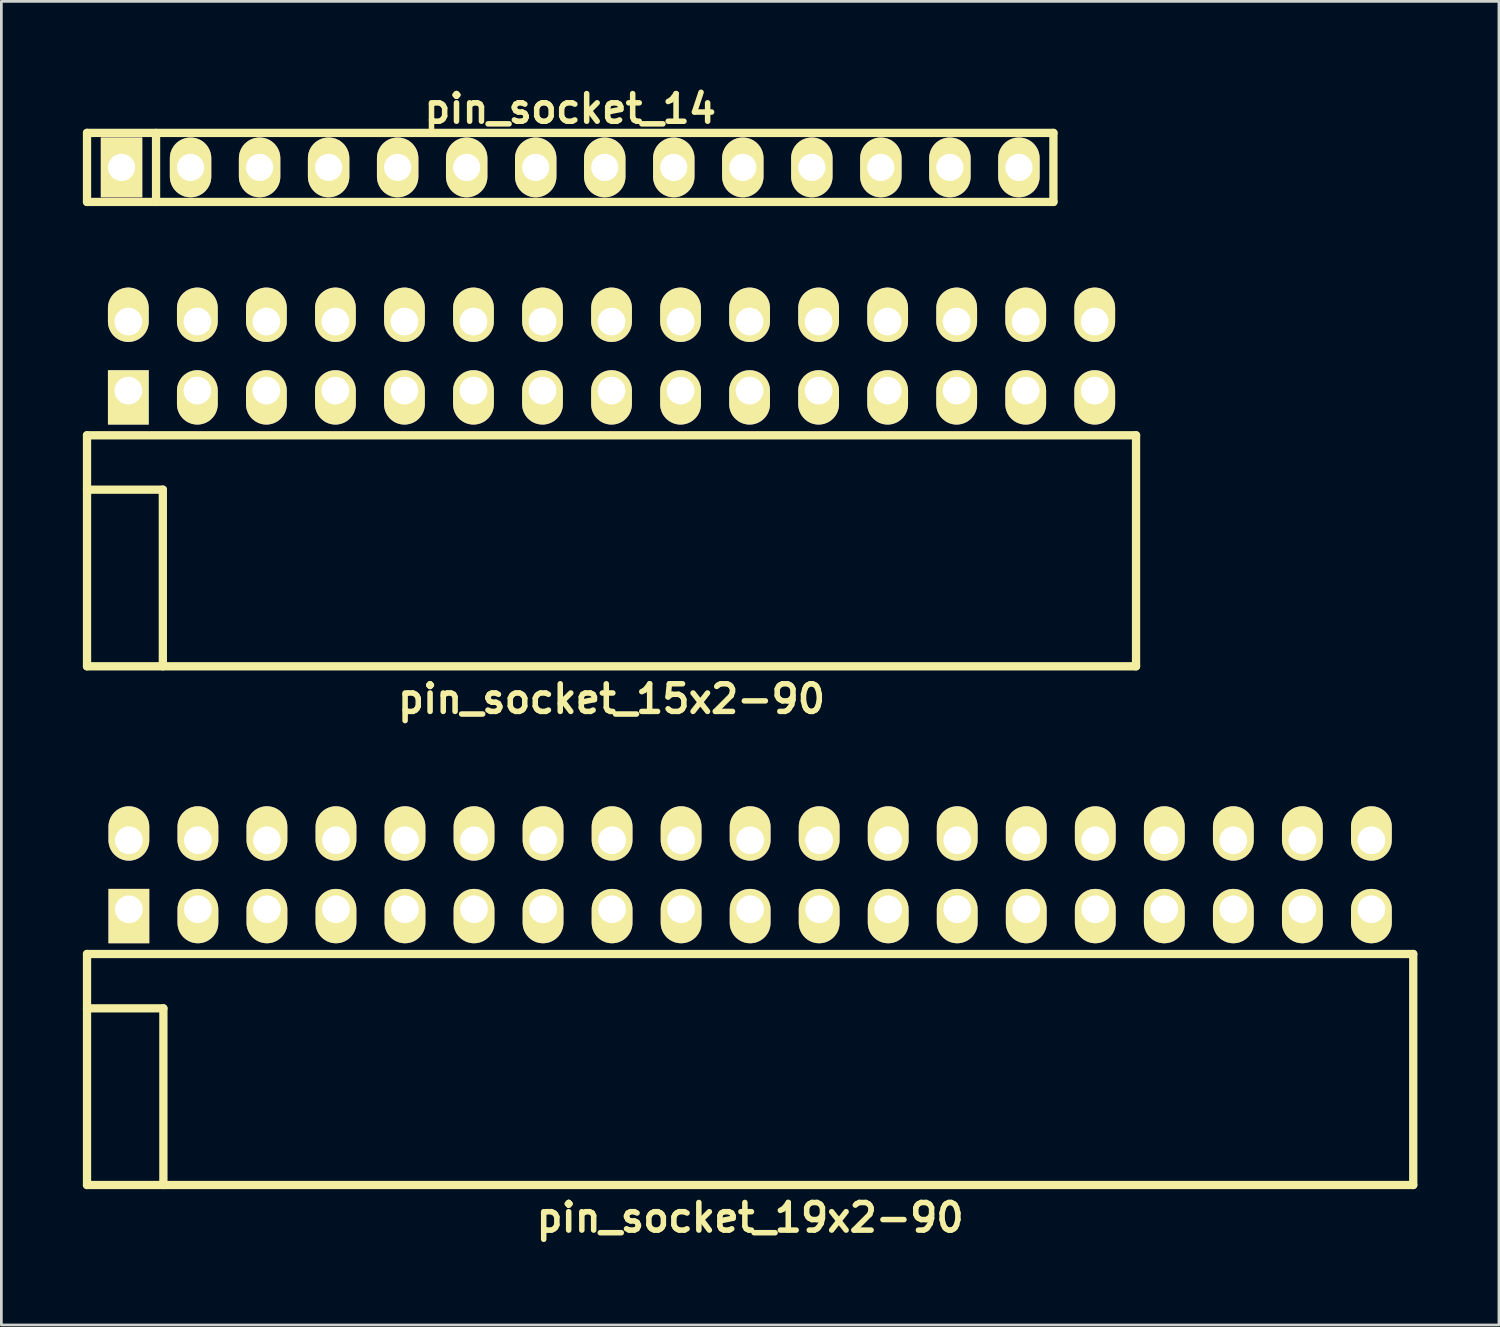
<source format=kicad_pcb>
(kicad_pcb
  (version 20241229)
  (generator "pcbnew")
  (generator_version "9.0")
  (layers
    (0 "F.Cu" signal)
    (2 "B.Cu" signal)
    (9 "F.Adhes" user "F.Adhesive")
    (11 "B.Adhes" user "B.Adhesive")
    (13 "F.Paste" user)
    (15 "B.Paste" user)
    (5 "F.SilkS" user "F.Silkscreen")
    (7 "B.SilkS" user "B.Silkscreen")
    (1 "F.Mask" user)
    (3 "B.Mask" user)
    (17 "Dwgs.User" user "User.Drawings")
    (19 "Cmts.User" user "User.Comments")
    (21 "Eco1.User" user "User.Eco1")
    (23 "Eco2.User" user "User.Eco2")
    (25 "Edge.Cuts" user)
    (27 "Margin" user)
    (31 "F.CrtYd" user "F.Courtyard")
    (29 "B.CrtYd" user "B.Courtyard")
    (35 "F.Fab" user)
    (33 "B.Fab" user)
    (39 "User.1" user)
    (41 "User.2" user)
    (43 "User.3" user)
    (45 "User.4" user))
  (footprint "pin_socket_19x2-90"
    (layer "F.Cu")
    (at 24.552 34.053)
    (property "Reference" "pin_socket_19x2-90" (at 0 7.7 0) (layer "F.SilkS") (effects (font (size 1.016 1.016) (thickness 0.203))))
    (attr through_hole)
    (fp_line (start -24.4 -2) (end -24.4 6.5) (stroke (width 0.305) (type solid)) (layer "F.SilkS"))
    (fp_line (start -24.4 -2) (end 24.4 -2) (stroke (width 0.305) (type solid)) (layer "F.SilkS"))
    (fp_line (start -24.4 0) (end -21.59 0) (stroke (width 0.305) (type solid)) (layer "F.SilkS"))
    (fp_line (start -24.4 6.5) (end 24.4 6.5) (stroke (width 0.305) (type solid)) (layer "F.SilkS"))
    (fp_line (start -21.59 0) (end -21.59 6.5) (stroke (width 0.305) (type solid)) (layer "F.SilkS"))
    (fp_line (start 24.4 -2) (end 24.4 6.5) (stroke (width 0.305) (type solid)) (layer "F.SilkS"))
    (pad "1" thru_hole rect (at -22.86 -3.645) (size 1.5 2) (drill 1.02 (offset 0 0.25)) (layers "*.Cu" "*.Mask" "F.SilkS"))
    (pad "2" thru_hole oval (at -22.86 -6.185) (size 1.5 2) (drill 1.02 (offset 0 -0.25)) (layers "*.Cu" "*.Mask" "F.SilkS"))
    (pad "3" thru_hole oval (at -20.32 -3.645) (size 1.5 2) (drill 1.02 (offset 0 0.25)) (layers "*.Cu" "*.Mask" "F.SilkS"))
    (pad "4" thru_hole oval (at -20.32 -6.185) (size 1.5 2) (drill 1.02 (offset 0 -0.25)) (layers "*.Cu" "*.Mask" "F.SilkS"))
    (pad "5" thru_hole oval (at -17.78 -3.645) (size 1.5 2) (drill 1.02 (offset 0 0.25)) (layers "*.Cu" "*.Mask" "F.SilkS"))
    (pad "6" thru_hole oval (at -17.78 -6.185) (size 1.5 2) (drill 1.02 (offset 0 -0.25)) (layers "*.Cu" "*.Mask" "F.SilkS"))
    (pad "7" thru_hole oval (at -15.24 -3.645) (size 1.5 2) (drill 1.02 (offset 0 0.25)) (layers "*.Cu" "*.Mask" "F.SilkS"))
    (pad "8" thru_hole oval (at -15.24 -6.185) (size 1.5 2) (drill 1.02 (offset 0 -0.25)) (layers "*.Cu" "*.Mask" "F.SilkS"))
    (pad "9" thru_hole oval (at -12.7 -3.645) (size 1.5 2) (drill 1.02 (offset 0 0.25)) (layers "*.Cu" "*.Mask" "F.SilkS"))
    (pad "10" thru_hole oval (at -12.7 -6.185) (size 1.5 2) (drill 1.02 (offset 0 -0.25)) (layers "*.Cu" "*.Mask" "F.SilkS"))
    (pad "11" thru_hole oval (at -10.16 -3.645) (size 1.5 2) (drill 1.02 (offset 0 0.25)) (layers "*.Cu" "*.Mask" "F.SilkS"))
    (pad "12" thru_hole oval (at -10.16 -6.185) (size 1.5 2) (drill 1.02 (offset 0 -0.25)) (layers "*.Cu" "*.Mask" "F.SilkS"))
    (pad "13" thru_hole oval (at -7.62 -3.645) (size 1.5 2) (drill 1.02 (offset 0 0.25)) (layers "*.Cu" "*.Mask" "F.SilkS"))
    (pad "14" thru_hole oval (at -7.62 -6.185) (size 1.5 2) (drill 1.02 (offset 0 -0.25)) (layers "*.Cu" "*.Mask" "F.SilkS"))
    (pad "15" thru_hole oval (at -5.08 -3.645) (size 1.5 2) (drill 1.02 (offset 0 0.25)) (layers "*.Cu" "*.Mask" "F.SilkS"))
    (pad "16" thru_hole oval (at -5.08 -6.185) (size 1.5 2) (drill 1.02 (offset 0 -0.25)) (layers "*.Cu" "*.Mask" "F.SilkS"))
    (pad "17" thru_hole oval (at -2.54 -3.645) (size 1.5 2) (drill 1.02 (offset 0 0.25)) (layers "*.Cu" "*.Mask" "F.SilkS"))
    (pad "18" thru_hole oval (at -2.54 -6.185) (size 1.5 2) (drill 1.02 (offset 0 -0.25)) (layers "*.Cu" "*.Mask" "F.SilkS"))
    (pad "19" thru_hole oval (at 0 -3.645) (size 1.5 2) (drill 1.02 (offset 0 0.25)) (layers "*.Cu" "*.Mask" "F.SilkS"))
    (pad "20" thru_hole oval (at 0 -6.185) (size 1.5 2) (drill 1.02 (offset 0 -0.25)) (layers "*.Cu" "*.Mask" "F.SilkS"))
    (pad "21" thru_hole oval (at 2.54 -3.645) (size 1.5 2) (drill 1.02 (offset 0 0.25)) (layers "*.Cu" "*.Mask" "F.SilkS"))
    (pad "22" thru_hole oval (at 2.54 -6.185) (size 1.5 2) (drill 1.02 (offset 0 -0.25)) (layers "*.Cu" "*.Mask" "F.SilkS"))
    (pad "23" thru_hole oval (at 5.08 -3.645) (size 1.5 2) (drill 1.02 (offset 0 0.25)) (layers "*.Cu" "*.Mask" "F.SilkS"))
    (pad "24" thru_hole oval (at 5.08 -6.185) (size 1.5 2) (drill 1.02 (offset 0 -0.25)) (layers "*.Cu" "*.Mask" "F.SilkS"))
    (pad "25" thru_hole oval (at 7.62 -3.645) (size 1.5 2) (drill 1.02 (offset 0 0.25)) (layers "*.Cu" "*.Mask" "F.SilkS"))
    (pad "26" thru_hole oval (at 7.62 -6.185) (size 1.5 2) (drill 1.02 (offset 0 -0.25)) (layers "*.Cu" "*.Mask" "F.SilkS"))
    (pad "27" thru_hole oval (at 10.16 -3.645) (size 1.5 2) (drill 1.02 (offset 0 0.25)) (layers "*.Cu" "*.Mask" "F.SilkS"))
    (pad "28" thru_hole oval (at 10.16 -6.185) (size 1.5 2) (drill 1.02 (offset 0 -0.25)) (layers "*.Cu" "*.Mask" "F.SilkS"))
    (pad "29" thru_hole oval (at 12.7 -3.645) (size 1.5 2) (drill 1.02 (offset 0 0.25)) (layers "*.Cu" "*.Mask" "F.SilkS"))
    (pad "30" thru_hole oval (at 12.7 -6.185) (size 1.5 2) (drill 1.02 (offset 0 -0.25)) (layers "*.Cu" "*.Mask" "F.SilkS"))
    (pad "31" thru_hole oval (at 15.24 -3.645) (size 1.5 2) (drill 1.02 (offset 0 0.25)) (layers "*.Cu" "*.Mask" "F.SilkS"))
    (pad "32" thru_hole oval (at 15.24 -6.185) (size 1.5 2) (drill 1.02 (offset 0 -0.25)) (layers "*.Cu" "*.Mask" "F.SilkS"))
    (pad "33" thru_hole oval (at 17.78 -3.645) (size 1.5 2) (drill 1.02 (offset 0 0.25)) (layers "*.Cu" "*.Mask" "F.SilkS"))
    (pad "34" thru_hole oval (at 17.78 -6.185) (size 1.5 2) (drill 1.02 (offset 0 -0.25)) (layers "*.Cu" "*.Mask" "F.SilkS"))
    (pad "35" thru_hole oval (at 20.32 -3.645) (size 1.5 2) (drill 1.02 (offset 0 0.25)) (layers "*.Cu" "*.Mask" "F.SilkS"))
    (pad "36" thru_hole oval (at 20.32 -6.185) (size 1.5 2) (drill 1.02 (offset 0 -0.25)) (layers "*.Cu" "*.Mask" "F.SilkS"))
    (pad "37" thru_hole oval (at 22.86 -3.645) (size 1.5 2) (drill 1.02 (offset 0 0.25)) (layers "*.Cu" "*.Mask" "F.SilkS"))
    (pad "38" thru_hole oval (at 22.86 -6.185) (size 1.5 2) (drill 1.02 (offset 0 -0.25)) (layers "*.Cu" "*.Mask" "F.SilkS")))
  (footprint "pin_socket_15x2-90"
    (layer "F.Cu")
    (at 19.452 14.967)
    (property "Reference" "pin_socket_15x2-90" (at 0 7.7 0) (layer "F.SilkS") (effects (font (size 1.016 1.016) (thickness 0.203))))
    (attr through_hole)
    (fp_line (start -19.3 -2) (end -19.3 6.5) (stroke (width 0.305) (type solid)) (layer "F.SilkS"))
    (fp_line (start -19.3 -2) (end 19.3 -2) (stroke (width 0.305) (type solid)) (layer "F.SilkS"))
    (fp_line (start -19.3 0) (end -16.51 0) (stroke (width 0.305) (type solid)) (layer "F.SilkS"))
    (fp_line (start -19.3 6.5) (end 19.3 6.5) (stroke (width 0.305) (type solid)) (layer "F.SilkS"))
    (fp_line (start -16.51 0) (end -16.51 6.5) (stroke (width 0.305) (type solid)) (layer "F.SilkS"))
    (fp_line (start 19.3 -2) (end 19.3 6.5) (stroke (width 0.305) (type solid)) (layer "F.SilkS"))
    (pad "1" thru_hole rect (at -17.78 -3.645) (size 1.5 2) (drill 1.02 (offset 0 0.25)) (layers "*.Cu" "*.Mask" "F.SilkS"))
    (pad "2" thru_hole oval (at -17.78 -6.185) (size 1.5 2) (drill 1.02 (offset 0 -0.25)) (layers "*.Cu" "*.Mask" "F.SilkS"))
    (pad "3" thru_hole oval (at -15.24 -3.645) (size 1.5 2) (drill 1.02 (offset 0 0.25)) (layers "*.Cu" "*.Mask" "F.SilkS"))
    (pad "4" thru_hole oval (at -15.24 -6.185) (size 1.5 2) (drill 1.02 (offset 0 -0.25)) (layers "*.Cu" "*.Mask" "F.SilkS"))
    (pad "5" thru_hole oval (at -12.7 -3.645) (size 1.5 2) (drill 1.02 (offset 0 0.25)) (layers "*.Cu" "*.Mask" "F.SilkS"))
    (pad "6" thru_hole oval (at -12.7 -6.185) (size 1.5 2) (drill 1.02 (offset 0 -0.25)) (layers "*.Cu" "*.Mask" "F.SilkS"))
    (pad "7" thru_hole oval (at -10.16 -3.645) (size 1.5 2) (drill 1.02 (offset 0 0.25)) (layers "*.Cu" "*.Mask" "F.SilkS"))
    (pad "8" thru_hole oval (at -10.16 -6.185) (size 1.5 2) (drill 1.02 (offset 0 -0.25)) (layers "*.Cu" "*.Mask" "F.SilkS"))
    (pad "9" thru_hole oval (at -7.62 -3.645) (size 1.5 2) (drill 1.02 (offset 0 0.25)) (layers "*.Cu" "*.Mask" "F.SilkS"))
    (pad "10" thru_hole oval (at -7.62 -6.185) (size 1.5 2) (drill 1.02 (offset 0 -0.25)) (layers "*.Cu" "*.Mask" "F.SilkS"))
    (pad "11" thru_hole oval (at -5.08 -3.645) (size 1.5 2) (drill 1.02 (offset 0 0.25)) (layers "*.Cu" "*.Mask" "F.SilkS"))
    (pad "12" thru_hole oval (at -5.08 -6.185) (size 1.5 2) (drill 1.02 (offset 0 -0.25)) (layers "*.Cu" "*.Mask" "F.SilkS"))
    (pad "13" thru_hole oval (at -2.54 -3.645) (size 1.5 2) (drill 1.02 (offset 0 0.25)) (layers "*.Cu" "*.Mask" "F.SilkS"))
    (pad "14" thru_hole oval (at -2.54 -6.185) (size 1.5 2) (drill 1.02 (offset 0 -0.25)) (layers "*.Cu" "*.Mask" "F.SilkS"))
    (pad "15" thru_hole oval (at 0 -3.645) (size 1.5 2) (drill 1.02 (offset 0 0.25)) (layers "*.Cu" "*.Mask" "F.SilkS"))
    (pad "16" thru_hole oval (at 0 -6.185) (size 1.5 2) (drill 1.02 (offset 0 -0.25)) (layers "*.Cu" "*.Mask" "F.SilkS"))
    (pad "17" thru_hole oval (at 2.54 -3.645) (size 1.5 2) (drill 1.02 (offset 0 0.25)) (layers "*.Cu" "*.Mask" "F.SilkS"))
    (pad "18" thru_hole oval (at 2.54 -6.185) (size 1.5 2) (drill 1.02 (offset 0 -0.25)) (layers "*.Cu" "*.Mask" "F.SilkS"))
    (pad "19" thru_hole oval (at 5.08 -3.645) (size 1.5 2) (drill 1.02 (offset 0 0.25)) (layers "*.Cu" "*.Mask" "F.SilkS"))
    (pad "20" thru_hole oval (at 5.08 -6.185) (size 1.5 2) (drill 1.02 (offset 0 -0.25)) (layers "*.Cu" "*.Mask" "F.SilkS"))
    (pad "21" thru_hole oval (at 7.62 -3.645) (size 1.5 2) (drill 1.02 (offset 0 0.25)) (layers "*.Cu" "*.Mask" "F.SilkS"))
    (pad "22" thru_hole oval (at 7.62 -6.185) (size 1.5 2) (drill 1.02 (offset 0 -0.25)) (layers "*.Cu" "*.Mask" "F.SilkS"))
    (pad "23" thru_hole oval (at 10.16 -3.645) (size 1.5 2) (drill 1.02 (offset 0 0.25)) (layers "*.Cu" "*.Mask" "F.SilkS"))
    (pad "24" thru_hole oval (at 10.16 -6.185) (size 1.5 2) (drill 1.02 (offset 0 -0.25)) (layers "*.Cu" "*.Mask" "F.SilkS"))
    (pad "25" thru_hole oval (at 12.7 -3.645) (size 1.5 2) (drill 1.02 (offset 0 0.25)) (layers "*.Cu" "*.Mask" "F.SilkS"))
    (pad "26" thru_hole oval (at 12.7 -6.185) (size 1.5 2) (drill 1.02 (offset 0 -0.25)) (layers "*.Cu" "*.Mask" "F.SilkS"))
    (pad "27" thru_hole oval (at 15.24 -3.645) (size 1.5 2) (drill 1.02 (offset 0 0.25)) (layers "*.Cu" "*.Mask" "F.SilkS"))
    (pad "28" thru_hole oval (at 15.24 -6.185) (size 1.5 2) (drill 1.02 (offset 0 -0.25)) (layers "*.Cu" "*.Mask" "F.SilkS"))
    (pad "29" thru_hole oval (at 17.78 -3.645) (size 1.5 2) (drill 1.02 (offset 0 0.25)) (layers "*.Cu" "*.Mask" "F.SilkS"))
    (pad "30" thru_hole oval (at 17.78 -6.185) (size 1.5 2) (drill 1.02 (offset 0 -0.25)) (layers "*.Cu" "*.Mask" "F.SilkS")))
  (footprint "pin_socket_14"
    (layer "F.Cu")
    (at 17.932 3.11)
    (property "Reference" "pin_socket_14" (at 0 -2.159 0) (layer "F.SilkS") (effects (font (size 1.016 1.016) (thickness 0.203))))
    (attr through_hole)
    (fp_line (start -17.78 -1.27) (end 17.78 -1.27) (stroke (width 0.305) (type solid)) (layer "F.SilkS"))
    (fp_line (start -17.78 1.27) (end -17.78 -1.27) (stroke (width 0.305) (type solid)) (layer "F.SilkS"))
    (fp_line (start -15.24 -1.27) (end -15.24 1.27) (stroke (width 0.305) (type solid)) (layer "F.SilkS"))
    (fp_line (start 17.78 -1.27) (end 17.78 1.27) (stroke (width 0.305) (type solid)) (layer "F.SilkS"))
    (fp_line (start 17.78 1.27) (end -17.78 1.27) (stroke (width 0.305) (type solid)) (layer "F.SilkS"))
    (pad "1" thru_hole rect (at -16.51 0) (size 1.524 2.2) (drill 1.001) (layers "*.Cu" "*.Mask" "F.SilkS"))
    (pad "2" thru_hole oval (at -13.97 0) (size 1.524 2.2) (drill 1.001) (layers "*.Cu" "*.Mask" "F.SilkS"))
    (pad "3" thru_hole oval (at -11.43 0) (size 1.524 2.2) (drill 1.001) (layers "*.Cu" "*.Mask" "F.SilkS"))
    (pad "4" thru_hole oval (at -8.89 0) (size 1.524 2.2) (drill 1.001) (layers "*.Cu" "*.Mask" "F.SilkS"))
    (pad "5" thru_hole oval (at -6.35 0) (size 1.524 2.2) (drill 1.001) (layers "*.Cu" "*.Mask" "F.SilkS"))
    (pad "6" thru_hole oval (at -3.81 0) (size 1.524 2.2) (drill 1.001) (layers "*.Cu" "*.Mask" "F.SilkS"))
    (pad "7" thru_hole oval (at -1.27 0) (size 1.524 2.2) (drill 1.001) (layers "*.Cu" "*.Mask" "F.SilkS"))
    (pad "8" thru_hole oval (at 1.27 0) (size 1.524 2.2) (drill 1.001) (layers "*.Cu" "*.Mask" "F.SilkS"))
    (pad "9" thru_hole oval (at 3.81 0) (size 1.524 2.2) (drill 1.001) (layers "*.Cu" "*.Mask" "F.SilkS"))
    (pad "10" thru_hole oval (at 6.35 0) (size 1.524 2.2) (drill 1.001) (layers "*.Cu" "*.Mask" "F.SilkS"))
    (pad "11" thru_hole oval (at 8.89 0) (size 1.524 2.2) (drill 1.001) (layers "*.Cu" "*.Mask" "F.SilkS"))
    (pad "12" thru_hole oval (at 11.43 0) (size 1.524 2.2) (drill 1.001) (layers "*.Cu" "*.Mask" "F.SilkS"))
    (pad "13" thru_hole oval (at 13.97 0) (size 1.524 2.2) (drill 1.001) (layers "*.Cu" "*.Mask" "F.SilkS"))
    (pad "14" thru_hole oval (at 16.51 0) (size 1.524 2.2) (drill 1.001) (layers "*.Cu" "*.Mask" "F.SilkS")))
  (gr_rect
    (start -3 -3)
    (end 52.105 45.704)
    (stroke (width 0.1) (type default))
    (fill no)
    (layer "Edge.Cuts")))
</source>
